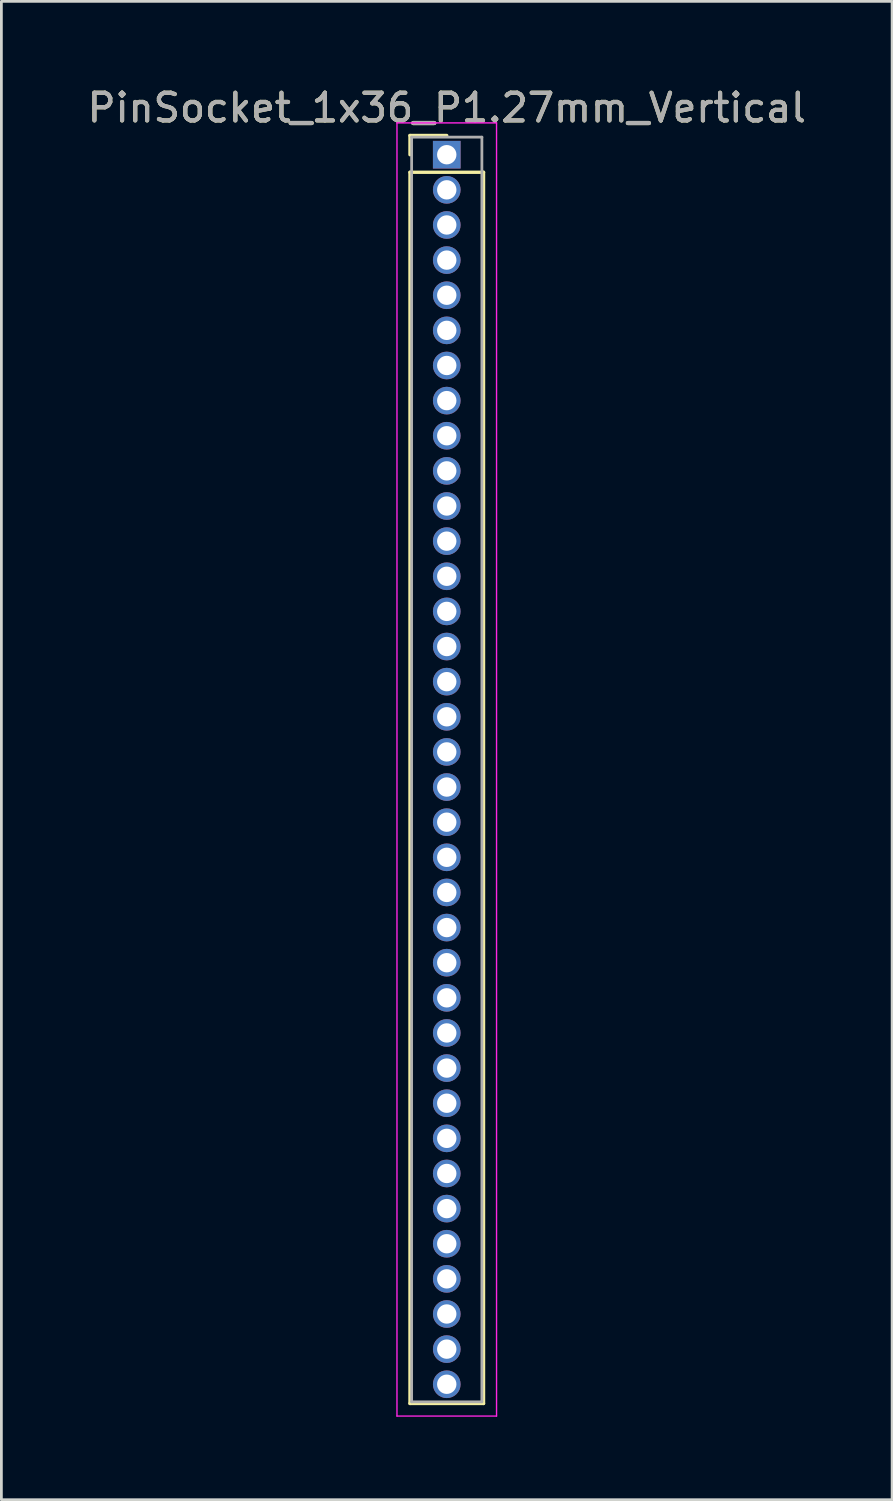
<source format=kicad_pcb>
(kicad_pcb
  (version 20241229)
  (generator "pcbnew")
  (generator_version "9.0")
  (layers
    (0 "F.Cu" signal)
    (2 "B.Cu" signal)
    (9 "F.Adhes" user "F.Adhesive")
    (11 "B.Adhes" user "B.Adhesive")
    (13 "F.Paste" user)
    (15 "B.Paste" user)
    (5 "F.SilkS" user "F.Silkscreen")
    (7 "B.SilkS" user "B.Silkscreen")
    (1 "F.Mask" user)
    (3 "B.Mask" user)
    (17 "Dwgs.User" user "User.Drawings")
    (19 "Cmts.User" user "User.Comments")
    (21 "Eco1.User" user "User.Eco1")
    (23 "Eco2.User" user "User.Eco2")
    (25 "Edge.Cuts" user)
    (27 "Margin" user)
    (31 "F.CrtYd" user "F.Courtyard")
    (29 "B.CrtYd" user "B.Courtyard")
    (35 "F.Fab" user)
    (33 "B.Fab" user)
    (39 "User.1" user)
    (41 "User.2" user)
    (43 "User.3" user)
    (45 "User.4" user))
  (footprint "PinSocket_1x36_P1.27mm_Vertical"
    (layer "F.Cu")
    (at 13.101 2.543)
    (property "Reference" "PinSocket_1x36_P1.27mm_Vertical" (at 0 -1.695 0) (layer "F.SilkS") (effects (font (size 1 1) (thickness 0.15))))
    (attr through_hole)
    (fp_line (start -1.33 -0.695) (end 0 -0.695) (stroke (width 0.12) (type solid)) (layer "F.SilkS"))
    (fp_line (start -1.33 0) (end -1.33 -0.695) (stroke (width 0.12) (type solid)) (layer "F.SilkS"))
    (fp_line (start -1.33 0.635) (end -1.33 45.145) (stroke (width 0.12) (type solid)) (layer "F.SilkS"))
    (fp_line (start -1.33 45.145) (end 1.33 45.145) (stroke (width 0.12) (type solid)) (layer "F.SilkS"))
    (fp_line (start 1.33 0.635) (end -1.33 0.635) (stroke (width 0.12) (type solid)) (layer "F.SilkS"))
    (fp_line (start 1.33 45.145) (end 1.33 0.635) (stroke (width 0.12) (type solid)) (layer "F.SilkS"))
    (fp_line (start -1.8 -1.15) (end -1.8 45.6) (stroke (width 0.05) (type solid)) (layer "F.CrtYd"))
    (fp_line (start -1.8 45.6) (end 1.8 45.6) (stroke (width 0.05) (type solid)) (layer "F.CrtYd"))
    (fp_line (start 1.8 -1.15) (end -1.8 -1.15) (stroke (width 0.05) (type solid)) (layer "F.CrtYd"))
    (fp_line (start 1.8 45.6) (end 1.8 -1.15) (stroke (width 0.05) (type solid)) (layer "F.CrtYd"))
    (fp_line (start -1.27 -0.635) (end -1.27 45.085) (stroke (width 0.1) (type solid)) (layer "F.Fab"))
    (fp_line (start -1.27 45.085) (end 1.27 45.085) (stroke (width 0.1) (type solid)) (layer "F.Fab"))
    (fp_line (start 1.27 -0.635) (end -1.27 -0.635) (stroke (width 0.1) (type solid)) (layer "F.Fab"))
    (fp_line (start 1.27 45.085) (end 1.27 -0.635) (stroke (width 0.1) (type solid)) (layer "F.Fab"))
    (fp_text user "${REFERENCE}" (at 0 -1.695 0) (layer "F.Fab") (effects (font (size 1 1) (thickness 0.15))))
    (pad "1" thru_hole rect (at 0 0) (size 1 1) (drill 0.7) (layers "*.Cu" "*.Mask"))
    (pad "2" thru_hole oval (at 0 1.27) (size 1 1) (drill 0.7) (layers "*.Cu" "*.Mask"))
    (pad "3" thru_hole oval (at 0 2.54) (size 1 1) (drill 0.7) (layers "*.Cu" "*.Mask"))
    (pad "4" thru_hole oval (at 0 3.81) (size 1 1) (drill 0.7) (layers "*.Cu" "*.Mask"))
    (pad "5" thru_hole oval (at 0 5.08) (size 1 1) (drill 0.7) (layers "*.Cu" "*.Mask"))
    (pad "6" thru_hole oval (at 0 6.35) (size 1 1) (drill 0.7) (layers "*.Cu" "*.Mask"))
    (pad "7" thru_hole oval (at 0 7.62) (size 1 1) (drill 0.7) (layers "*.Cu" "*.Mask"))
    (pad "8" thru_hole oval (at 0 8.89) (size 1 1) (drill 0.7) (layers "*.Cu" "*.Mask"))
    (pad "9" thru_hole oval (at 0 10.16) (size 1 1) (drill 0.7) (layers "*.Cu" "*.Mask"))
    (pad "10" thru_hole oval (at 0 11.43) (size 1 1) (drill 0.7) (layers "*.Cu" "*.Mask"))
    (pad "11" thru_hole oval (at 0 12.7) (size 1 1) (drill 0.7) (layers "*.Cu" "*.Mask"))
    (pad "12" thru_hole oval (at 0 13.97) (size 1 1) (drill 0.7) (layers "*.Cu" "*.Mask"))
    (pad "13" thru_hole oval (at 0 15.24) (size 1 1) (drill 0.7) (layers "*.Cu" "*.Mask"))
    (pad "14" thru_hole oval (at 0 16.51) (size 1 1) (drill 0.7) (layers "*.Cu" "*.Mask"))
    (pad "15" thru_hole oval (at 0 17.78) (size 1 1) (drill 0.7) (layers "*.Cu" "*.Mask"))
    (pad "16" thru_hole oval (at 0 19.05) (size 1 1) (drill 0.7) (layers "*.Cu" "*.Mask"))
    (pad "17" thru_hole oval (at 0 20.32) (size 1 1) (drill 0.7) (layers "*.Cu" "*.Mask"))
    (pad "18" thru_hole oval (at 0 21.59) (size 1 1) (drill 0.7) (layers "*.Cu" "*.Mask"))
    (pad "19" thru_hole oval (at 0 22.86) (size 1 1) (drill 0.7) (layers "*.Cu" "*.Mask"))
    (pad "20" thru_hole oval (at 0 24.13) (size 1 1) (drill 0.7) (layers "*.Cu" "*.Mask"))
    (pad "21" thru_hole oval (at 0 25.4) (size 1 1) (drill 0.7) (layers "*.Cu" "*.Mask"))
    (pad "22" thru_hole oval (at 0 26.67) (size 1 1) (drill 0.7) (layers "*.Cu" "*.Mask"))
    (pad "23" thru_hole oval (at 0 27.94) (size 1 1) (drill 0.7) (layers "*.Cu" "*.Mask"))
    (pad "24" thru_hole oval (at 0 29.21) (size 1 1) (drill 0.7) (layers "*.Cu" "*.Mask"))
    (pad "25" thru_hole oval (at 0 30.48) (size 1 1) (drill 0.7) (layers "*.Cu" "*.Mask"))
    (pad "26" thru_hole oval (at 0 31.75) (size 1 1) (drill 0.7) (layers "*.Cu" "*.Mask"))
    (pad "27" thru_hole oval (at 0 33.02) (size 1 1) (drill 0.7) (layers "*.Cu" "*.Mask"))
    (pad "28" thru_hole oval (at 0 34.29) (size 1 1) (drill 0.7) (layers "*.Cu" "*.Mask"))
    (pad "29" thru_hole oval (at 0 35.56) (size 1 1) (drill 0.7) (layers "*.Cu" "*.Mask"))
    (pad "30" thru_hole oval (at 0 36.83) (size 1 1) (drill 0.7) (layers "*.Cu" "*.Mask"))
    (pad "31" thru_hole oval (at 0 38.1) (size 1 1) (drill 0.7) (layers "*.Cu" "*.Mask"))
    (pad "32" thru_hole oval (at 0 39.37) (size 1 1) (drill 0.7) (layers "*.Cu" "*.Mask"))
    (pad "33" thru_hole oval (at 0 40.64) (size 1 1) (drill 0.7) (layers "*.Cu" "*.Mask"))
    (pad "34" thru_hole oval (at 0 41.91) (size 1 1) (drill 0.7) (layers "*.Cu" "*.Mask"))
    (pad "35" thru_hole oval (at 0 43.18) (size 1 1) (drill 0.7) (layers "*.Cu" "*.Mask"))
    (pad "36" thru_hole oval (at 0 44.45) (size 1 1) (drill 0.7) (layers "*.Cu" "*.Mask")))
  (gr_rect
    (start -3 -3)
    (end 29.202 51.168)
    (stroke (width 0.1) (type default))
    (fill no)
    (layer "Edge.Cuts")))
</source>
